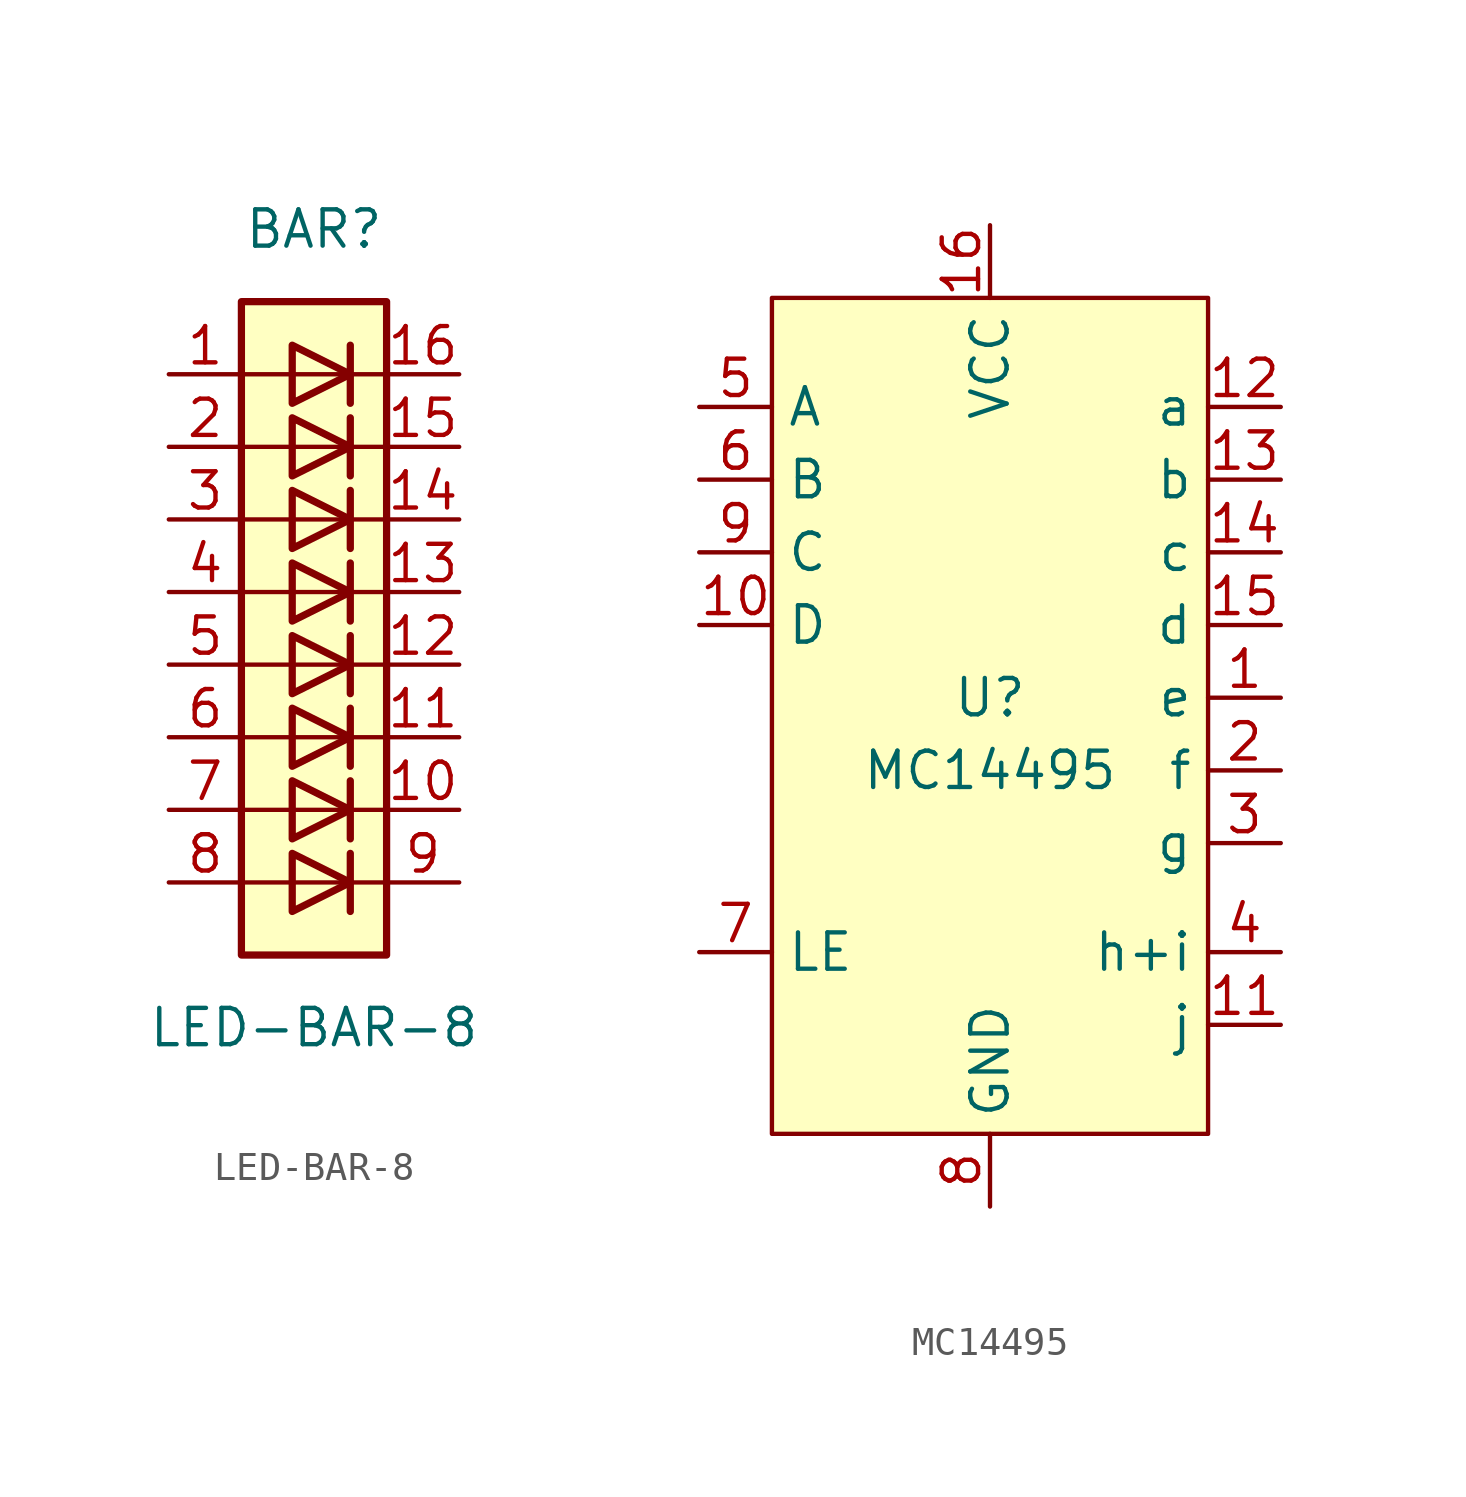
<source format=kicad_sym>
(kicad_symbol_lib
  (version 20211014)
  (generator kicad_symbol_editor)
  (symbol "LED-BAR-8"
    (pin_names
      (offset 1.016) hide)
    (property "Reference" "BAR"
      (at 0 15.24 0)
      (effects (font (size 1.27 1.27))))
    (property "Value" "LED-BAR-8"
      (at 0 -12.7 0)
      (effects (font (size 1.27 1.27))))
    (symbol "LED-BAR-8_0_1"
      (rectangle (start -2.54 12.7) (end 2.54 -10.16) (stroke (width 0.254) (type default) (color 0 0 0 0)) (fill (type background)))
      (polyline (pts (xy -2.54 -7.62) (xy 2.54 -7.62)) (stroke (width 0) (type default) (color 0 0 0 0)) (fill (type none)))
      (polyline (pts (xy -2.54 -5.08) (xy 2.54 -5.08)) (stroke (width 0) (type default) (color 0 0 0 0)) (fill (type none)))
      (polyline (pts (xy -2.54 0) (xy 2.54 0)) (stroke (width 0) (type default) (color 0 0 0 0)) (fill (type none)))
      (polyline (pts (xy -2.54 5.08) (xy 2.54 5.08)) (stroke (width 0) (type default) (color 0 0 0 0)) (fill (type none)))
      (polyline (pts (xy -2.54 7.62) (xy 2.54 7.62)) (stroke (width 0) (type default) (color 0 0 0 0)) (fill (type none)))
      (polyline (pts (xy -2.54 10.16) (xy 2.54 10.16)) (stroke (width 0) (type default) (color 0 0 0 0)) (fill (type none)))
      (polyline (pts (xy 1.27 -6.604) (xy 1.27 -8.636)) (stroke (width 0.254) (type default) (color 0 0 0 0)) (fill (type none)))
      (polyline (pts (xy 1.27 -4.064) (xy 1.27 -6.096)) (stroke (width 0.254) (type default) (color 0 0 0 0)) (fill (type none)))
      (polyline (pts (xy 1.27 -1.524) (xy 1.27 -3.556)) (stroke (width 0.254) (type default) (color 0 0 0 0)) (fill (type none)))
      (polyline (pts (xy 1.27 1.016) (xy 1.27 -1.016)) (stroke (width 0.254) (type default) (color 0 0 0 0)) (fill (type none)))
      (polyline (pts (xy 1.27 3.556) (xy 1.27 1.524)) (stroke (width 0.254) (type default) (color 0 0 0 0)) (fill (type none)))
      (polyline (pts (xy 1.27 6.096) (xy 1.27 4.064)) (stroke (width 0.254) (type default) (color 0 0 0 0)) (fill (type none)))
      (polyline (pts (xy 1.27 8.636) (xy 1.27 6.604)) (stroke (width 0.254) (type default) (color 0 0 0 0)) (fill (type none)))
      (polyline (pts (xy 1.27 11.176) (xy 1.27 9.144)) (stroke (width 0.254) (type default) (color 0 0 0 0)) (fill (type none)))
      (polyline (pts (xy 2.54 -2.54) (xy -2.54 -2.54)) (stroke (width 0) (type default) (color 0 0 0 0)) (fill (type none)))
      (polyline (pts (xy 2.54 2.54) (xy -2.54 2.54)) (stroke (width 0) (type default) (color 0 0 0 0)) (fill (type none)))
      (polyline (pts (xy -0.762 -6.604) (xy -0.762 -8.636) (xy 1.27 -7.62) (xy -0.762 -6.604)) (stroke (width 0.254) (type default) (color 0 0 0 0)) (fill (type none)))
      (polyline (pts (xy -0.762 -4.064) (xy -0.762 -6.096) (xy 1.27 -5.08) (xy -0.762 -4.064)) (stroke (width 0.254) (type default) (color 0 0 0 0)) (fill (type none)))
      (polyline (pts (xy -0.762 -1.524) (xy -0.762 -3.556) (xy 1.27 -2.54) (xy -0.762 -1.524)) (stroke (width 0.254) (type default) (color 0 0 0 0)) (fill (type none)))
      (polyline (pts (xy -0.762 1.016) (xy -0.762 -1.016) (xy 1.27 0) (xy -0.762 1.016)) (stroke (width 0.254) (type default) (color 0 0 0 0)) (fill (type none)))
      (polyline (pts (xy -0.762 3.556) (xy -0.762 1.524) (xy 1.27 2.54) (xy -0.762 3.556)) (stroke (width 0.254) (type default) (color 0 0 0 0)) (fill (type none)))
      (polyline (pts (xy -0.762 6.096) (xy -0.762 4.064) (xy 1.27 5.08) (xy -0.762 6.096)) (stroke (width 0.254) (type default) (color 0 0 0 0)) (fill (type none)))
      (polyline (pts (xy -0.762 8.636) (xy -0.762 6.604) (xy 1.27 7.62) (xy -0.762 8.636)) (stroke (width 0.254) (type default) (color 0 0 0 0)) (fill (type none)))
      (polyline (pts (xy -0.762 11.176) (xy -0.762 9.144) (xy 1.27 10.16) (xy -0.762 11.176)) (stroke (width 0.254) (type default) (color 0 0 0 0)) (fill (type none))))
    (symbol "LED-BAR-8_1_1"
      (pin passive line (at -5.08 10.16 0) (length 2.54) (name "A" (effects (font (size 1.27 1.27)))) (number "1" (effects (font (size 1.27 1.27)))))
      (pin passive line (at 5.08 -5.08 180) (length 2.54) (name "A" (effects (font (size 1.27 1.27)))) (number "10" (effects (font (size 1.27 1.27)))))
      (pin passive line (at 5.08 -2.54 180) (length 2.54) (name "K" (effects (font (size 1.27 1.27)))) (number "11" (effects (font (size 1.27 1.27)))))
      (pin passive line (at 5.08 0 180) (length 2.54) (name "K" (effects (font (size 1.27 1.27)))) (number "12" (effects (font (size 1.27 1.27)))))
      (pin passive line (at 5.08 2.54 180) (length 2.54) (name "K" (effects (font (size 1.27 1.27)))) (number "13" (effects (font (size 1.27 1.27)))))
      (pin passive line (at 5.08 5.08 180) (length 2.54) (name "K" (effects (font (size 1.27 1.27)))) (number "14" (effects (font (size 1.27 1.27)))))
      (pin passive line (at 5.08 7.62 180) (length 2.54) (name "K" (effects (font (size 1.27 1.27)))) (number "15" (effects (font (size 1.27 1.27)))))
      (pin passive line (at 5.08 10.16 180) (length 2.54) (name "K" (effects (font (size 1.27 1.27)))) (number "16" (effects (font (size 1.27 1.27)))))
      (pin passive line (at -5.08 7.62 0) (length 2.54) (name "A" (effects (font (size 1.27 1.27)))) (number "2" (effects (font (size 1.27 1.27)))))
      (pin passive line (at -5.08 5.08 0) (length 2.54) (name "A" (effects (font (size 1.27 1.27)))) (number "3" (effects (font (size 1.27 1.27)))))
      (pin passive line (at -5.08 2.54 0) (length 2.54) (name "A" (effects (font (size 1.27 1.27)))) (number "4" (effects (font (size 1.27 1.27)))))
      (pin passive line (at -5.08 0 0) (length 2.54) (name "A" (effects (font (size 1.27 1.27)))) (number "5" (effects (font (size 1.27 1.27)))))
      (pin passive line (at -5.08 -2.54 0) (length 2.54) (name "A" (effects (font (size 1.27 1.27)))) (number "6" (effects (font (size 1.27 1.27)))))
      (pin passive line (at -5.08 -5.08 0) (length 2.54) (name "A" (effects (font (size 1.27 1.27)))) (number "7" (effects (font (size 1.27 1.27)))))
      (pin passive line (at -5.08 -7.62 0) (length 2.54) (name "A" (effects (font (size 1.27 1.27)))) (number "8" (effects (font (size 1.27 1.27)))))
      (pin passive line (at 5.08 -7.62 180) (length 2.54) (name "A" (effects (font (size 1.27 1.27)))) (number "9" (effects (font (size 1.27 1.27)))))))
  (symbol "MC14495"
    (property "Reference" "U"
      (at 0 1.27 0)
      (effects (font (size 1.27 1.27))))
    (property "Value" "MC14495"
      (at 0 -1.27 0)
      (effects (font (size 1.27 1.27))))
    (symbol "MC14495_0_1"
      (rectangle (start -7.62 15.24) (end 7.62 -13.97) (stroke (width 0) (type default) (color 0 0 0 0)) (fill (type background))))
    (symbol "MC14495_1_1"
      (pin output line (at 10.16 1.27 180) (length 2.54) (name "e" (effects (font (size 1.27 1.27)))) (number "1" (effects (font (size 1.27 1.27)))))
      (pin input line (at -10.16 3.81 0) (length 2.54) (name "D" (effects (font (size 1.27 1.27)))) (number "10" (effects (font (size 1.27 1.27)))))
      (pin output line (at 10.16 -10.16 180) (length 2.54) (name "j" (effects (font (size 1.27 1.27)))) (number "11" (effects (font (size 1.27 1.27)))))
      (pin output line (at 10.16 11.43 180) (length 2.54) (name "a" (effects (font (size 1.27 1.27)))) (number "12" (effects (font (size 1.27 1.27)))))
      (pin output line (at 10.16 8.89 180) (length 2.54) (name "b" (effects (font (size 1.27 1.27)))) (number "13" (effects (font (size 1.27 1.27)))))
      (pin output line (at 10.16 6.35 180) (length 2.54) (name "c" (effects (font (size 1.27 1.27)))) (number "14" (effects (font (size 1.27 1.27)))))
      (pin output line (at 10.16 3.81 180) (length 2.54) (name "d" (effects (font (size 1.27 1.27)))) (number "15" (effects (font (size 1.27 1.27)))))
      (pin power_in line (at 0 17.78 270) (length 2.54) (name "VCC" (effects (font (size 1.27 1.27)))) (number "16" (effects (font (size 1.27 1.27)))))
      (pin output line (at 10.16 -1.27 180) (length 2.54) (name "f" (effects (font (size 1.27 1.27)))) (number "2" (effects (font (size 1.27 1.27)))))
      (pin output line (at 10.16 -3.81 180) (length 2.54) (name "g" (effects (font (size 1.27 1.27)))) (number "3" (effects (font (size 1.27 1.27)))))
      (pin output line (at 10.16 -7.62 180) (length 2.54) (name "h+i" (effects (font (size 1.27 1.27)))) (number "4" (effects (font (size 1.27 1.27)))))
      (pin input line (at -10.16 11.43 0) (length 2.54) (name "A" (effects (font (size 1.27 1.27)))) (number "5" (effects (font (size 1.27 1.27)))))
      (pin input line (at -10.16 8.89 0) (length 2.54) (name "B" (effects (font (size 1.27 1.27)))) (number "6" (effects (font (size 1.27 1.27)))))
      (pin input line (at -10.16 -7.62 0) (length 2.54) (name "LE" (effects (font (size 1.27 1.27)))) (number "7" (effects (font (size 1.27 1.27)))))
      (pin power_in line (at 0 -16.51 90) (length 2.54) (name "GND" (effects (font (size 1.27 1.27)))) (number "8" (effects (font (size 1.27 1.27)))))
      (pin input line (at -10.16 6.35 0) (length 2.54) (name "C" (effects (font (size 1.27 1.27)))) (number "9" (effects (font (size 1.27 1.27))))))))
</source>
